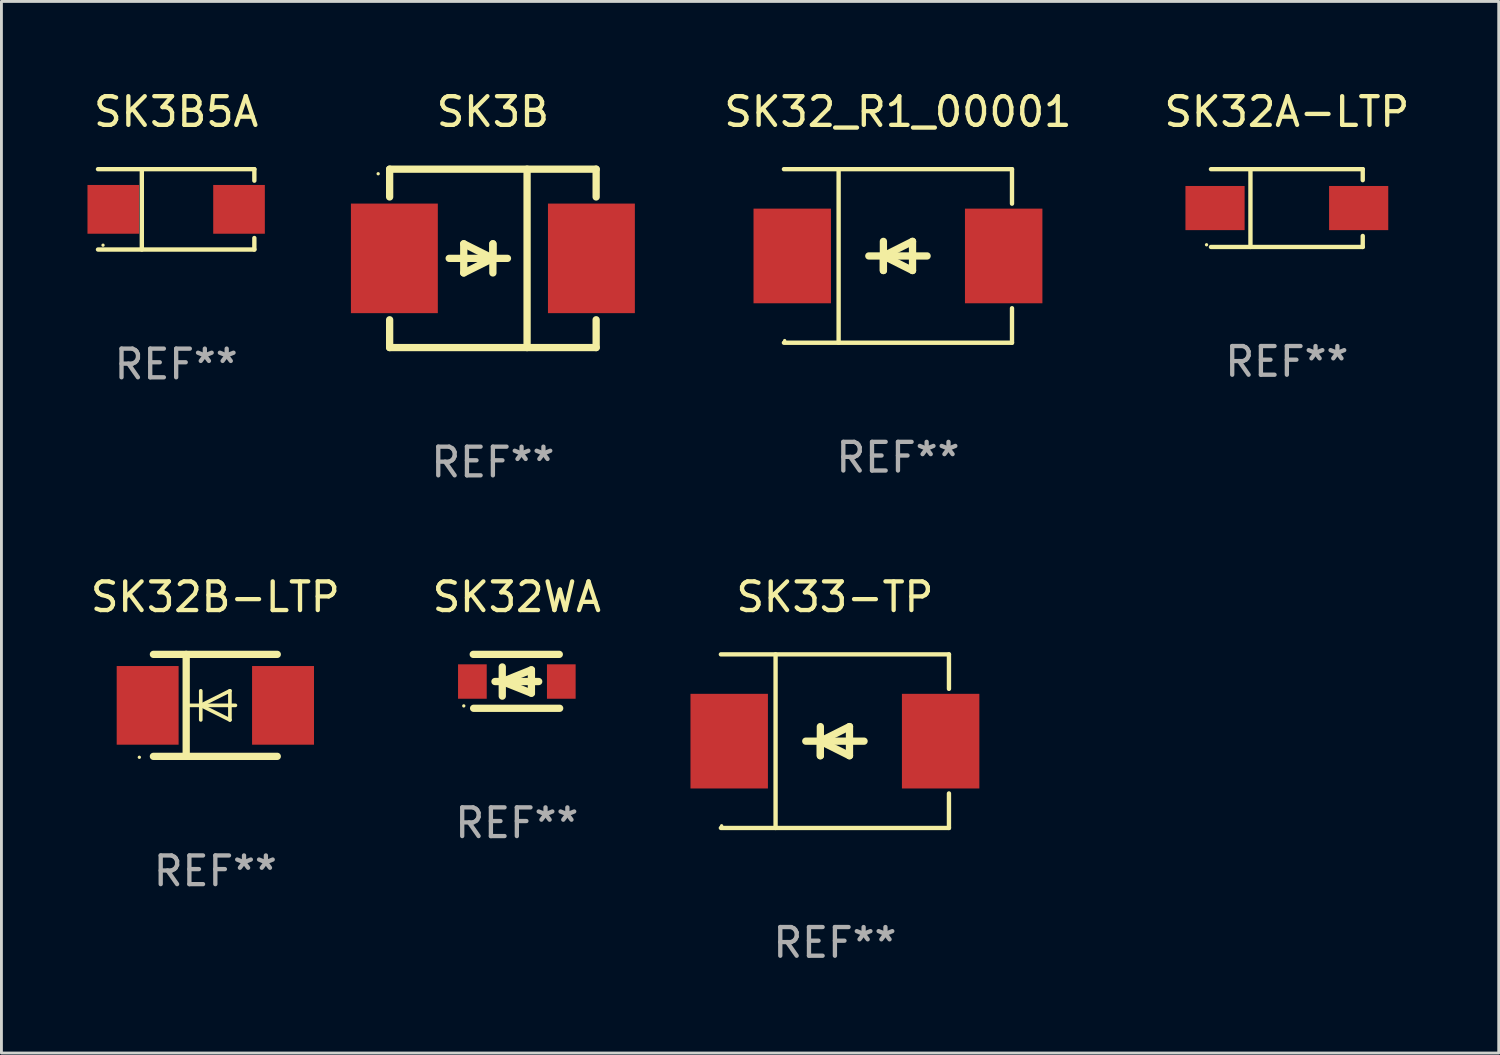
<source format=kicad_pcb>
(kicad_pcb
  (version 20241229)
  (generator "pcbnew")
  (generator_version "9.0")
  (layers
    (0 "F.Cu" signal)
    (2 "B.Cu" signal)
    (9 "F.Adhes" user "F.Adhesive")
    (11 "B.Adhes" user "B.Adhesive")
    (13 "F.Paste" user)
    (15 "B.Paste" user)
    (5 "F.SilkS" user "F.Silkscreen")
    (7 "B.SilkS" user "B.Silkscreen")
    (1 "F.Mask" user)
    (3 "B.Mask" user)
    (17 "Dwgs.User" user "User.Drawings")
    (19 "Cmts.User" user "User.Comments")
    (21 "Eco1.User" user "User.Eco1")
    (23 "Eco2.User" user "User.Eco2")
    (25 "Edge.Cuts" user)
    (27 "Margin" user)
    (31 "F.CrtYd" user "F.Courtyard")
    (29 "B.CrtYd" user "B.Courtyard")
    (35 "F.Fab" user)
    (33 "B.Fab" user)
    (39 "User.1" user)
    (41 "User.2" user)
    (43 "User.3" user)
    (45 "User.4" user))
  (footprint "SK32A-LTP"
    (layer "F.Cu")
    (at 41.817 4.204)
    (property "Reference" "SK32A-LTP" (at 0 -3.356 0) (layer "F.SilkS") (effects (font (size 1 1) (thickness 0.15))))
    (attr through_hole)
    (fp_line (start -2.646 -1.356) (end 2.646 -1.356) (stroke (width 0.152) (type solid)) (layer "F.SilkS"))
    (fp_line (start -2.646 1.356) (end 2.646 1.356) (stroke (width 0.152) (type solid)) (layer "F.SilkS"))
    (fp_line (start -1.269 -1.356) (end -1.269 1.356) (stroke (width 0.152) (type solid)) (layer "F.SilkS"))
    (fp_line (start 2.646 -1.356) (end 2.646 -0.973) (stroke (width 0.152) (type solid)) (layer "F.SilkS"))
    (fp_line (start 2.646 1.356) (end 2.646 0.973) (stroke (width 0.152) (type solid)) (layer "F.SilkS"))
    (fp_circle (center -2.8 1.28) (end -2.77 1.28) (stroke (width 0.06) (type solid)) (fill no) (layer "F.SilkS"))
    (fp_text user "REF**" (at 0 5.356 0) (layer "F.Fab") (effects (font (size 1 1) (thickness 0.15))))
    (pad "1" smd rect (at 2.504 0) (size 2.063 1.539) (layers "F.Cu" "F.Mask" "F.Paste"))
    (pad "2" smd rect (at -2.504 0) (size 2.063 1.539) (layers "F.Cu" "F.Mask" "F.Paste")))
  (footprint "SK3B"
    (layer "F.Cu")
    (at 14.135 5.958)
    (property "Reference" "SK3B" (at 0 -5.11 0) (layer "F.SilkS") (effects (font (size 1 1) (thickness 0.15))))
    (attr through_hole)
    (fp_line (start -3.6 -2.141) (end -3.6 -3.11) (stroke (width 0.254) (type solid)) (layer "F.SilkS"))
    (fp_line (start -3.6 3.11) (end -3.6 2.141) (stroke (width 0.254) (type solid)) (layer "F.SilkS"))
    (fp_line (start -1.524 0) (end 0.508 0) (stroke (width 0.254) (type solid)) (layer "F.SilkS"))
    (fp_line (start -1.016 -0.508) (end -1.016 0.508) (stroke (width 0.254) (type solid)) (layer "F.SilkS"))
    (fp_line (start -1.016 0.508) (end 0 0) (stroke (width 0.254) (type solid)) (layer "F.SilkS"))
    (fp_line (start 0 -0.508) (end 0 0.508) (stroke (width 0.254) (type solid)) (layer "F.SilkS"))
    (fp_line (start 0 0) (end -1.016 -0.508) (stroke (width 0.254) (type solid)) (layer "F.SilkS"))
    (fp_line (start 0 0) (end 0 -0.508) (stroke (width 0.254) (type solid)) (layer "F.SilkS"))
    (fp_line (start 1.192 3.11) (end 1.192 -3.11) (stroke (width 0.254) (type solid)) (layer "F.SilkS"))
    (fp_line (start 3.6 -3.11) (end -3.6 -3.11) (stroke (width 0.254) (type solid)) (layer "F.SilkS"))
    (fp_line (start 3.6 -2.141) (end 3.6 -3.11) (stroke (width 0.254) (type solid)) (layer "F.SilkS"))
    (fp_line (start 3.6 3.11) (end -3.6 3.11) (stroke (width 0.254) (type solid)) (layer "F.SilkS"))
    (fp_line (start 3.6 3.11) (end 3.6 2.141) (stroke (width 0.254) (type solid)) (layer "F.SilkS"))
    (fp_circle (center -4 -2.95) (end -3.97 -2.95) (stroke (width 0.06) (type solid)) (fill no) (layer "F.SilkS"))
    (fp_text user "REF**" (at 0 7.11 0) (layer "F.Fab") (effects (font (size 1 1) (thickness 0.15))))
    (pad "1" smd rect (at -3.435 0) (size 3.03 3.82) (layers "F.Cu" "F.Mask" "F.Paste"))
    (pad "2" smd rect (at 3.435 0) (size 3.03 3.82) (layers "F.Cu" "F.Mask" "F.Paste")))
  (footprint "SK32WA"
    (layer "F.Cu")
    (at 14.97 20.705)
    (property "Reference" "SK32WA" (at 0 -2.94 0) (layer "F.SilkS") (effects (font (size 1 1) (thickness 0.15))))
    (attr through_hole)
    (fp_line (start -1.52 -0.94) (end 1.48 -0.94) (stroke (width 0.254) (type solid)) (layer "F.SilkS"))
    (fp_line (start -1.507 0.94) (end 1.493 0.94) (stroke (width 0.254) (type solid)) (layer "F.SilkS"))
    (fp_line (start -0.762 0.007) (end 0.762 0.007) (stroke (width 0.254) (type solid)) (layer "F.SilkS"))
    (fp_line (start -0.508 -0.501) (end -0.508 0.515) (stroke (width 0.254) (type solid)) (layer "F.SilkS"))
    (fp_line (start -0.508 0.007) (end 0.508 -0.4) (stroke (width 0.254) (type solid)) (layer "F.SilkS"))
    (fp_line (start 0.508 -0.4) (end 0.508 0.413) (stroke (width 0.254) (type solid)) (layer "F.SilkS"))
    (fp_line (start 0.508 0.413) (end -0.508 0.007) (stroke (width 0.254) (type solid)) (layer "F.SilkS"))
    (fp_circle (center -1.85 0.857) (end -1.82 0.857) (stroke (width 0.06) (type solid)) (fill no) (layer "F.SilkS"))
    (fp_text user "REF**" (at 0 4.94 0) (layer "F.Fab") (effects (font (size 1 1) (thickness 0.15))))
    (pad "1" smd rect (at -1.55 0.007) (size 1 1.2) (layers "F.Cu" "F.Mask" "F.Paste"))
    (pad "2" smd rect (at 1.55 0.007) (size 1 1.2) (layers "F.Cu" "F.Mask" "F.Paste")))
  (footprint "SK32B-LTP"
    (layer "F.Cu")
    (at 4.458 21.543)
    (property "Reference" "SK32B-LTP" (at 0 -3.778 0) (layer "F.SilkS") (effects (font (size 1 1) (thickness 0.15))))
    (attr through_hole)
    (fp_line (start -2.159 -1.778) (end 2.159 -1.778) (stroke (width 0.254) (type solid)) (layer "F.SilkS"))
    (fp_line (start -1.016 -1.778) (end -1.016 1.778) (stroke (width 0.254) (type solid)) (layer "F.SilkS"))
    (fp_line (start -0.508 -0.000064) (end 0.508 0.508) (stroke (width 0.127) (type solid)) (layer "F.SilkS"))
    (fp_line (start -0.508 0.508) (end -0.508 -0.508) (stroke (width 0.127) (type solid)) (layer "F.SilkS"))
    (fp_line (start 0.508 -0.508) (end -0.508 -0.000064) (stroke (width 0.127) (type solid)) (layer "F.SilkS"))
    (fp_line (start 0.508 0.508) (end 0.508 -0.508) (stroke (width 0.127) (type solid)) (layer "F.SilkS"))
    (fp_line (start 0.7 -0.000064) (end -1.016 -0.000064) (stroke (width 0.127) (type solid)) (layer "F.SilkS"))
    (fp_line (start 2.159 1.778) (end -2.159 1.778) (stroke (width 0.254) (type solid)) (layer "F.SilkS"))
    (fp_circle (center -2.65 1.81) (end -2.62 1.81) (stroke (width 0.06) (type solid)) (fill no) (layer "F.SilkS"))
    (fp_text user "REF**" (at 0 5.778 0) (layer "F.Fab") (effects (font (size 1 1) (thickness 0.15))))
    (pad "1" smd rect (at -2.36 0.000038) (size 2.159 2.743) (layers "F.Cu" "F.Mask" "F.Paste"))
    (pad "2" smd rect (at 2.36 0.000038) (size 2.159 2.743) (layers "F.Cu" "F.Mask" "F.Paste")))
  (footprint "SK32_R1_00001"
    (layer "F.Cu")
    (at 28.258 5.874)
    (property "Reference" "SK32_R1_00001" (at 0 -5.026 0) (layer "F.SilkS") (effects (font (size 1 1) (thickness 0.15))))
    (attr through_hole)
    (fp_line (start -3.976 -3.026) (end 3.976 -3.026) (stroke (width 0.152) (type solid)) (layer "F.SilkS"))
    (fp_line (start -3.976 3.026) (end 3.976 3.026) (stroke (width 0.152) (type solid)) (layer "F.SilkS"))
    (fp_line (start -2.069 -3.026) (end -2.069 3.026) (stroke (width 0.152) (type solid)) (layer "F.SilkS"))
    (fp_line (start -0.508 0) (end -0.508 0.508) (stroke (width 0.254) (type solid)) (layer "F.SilkS"))
    (fp_line (start -0.508 0) (end 0.508 0.508) (stroke (width 0.254) (type solid)) (layer "F.SilkS"))
    (fp_line (start -0.508 0.508) (end -0.508 -0.508) (stroke (width 0.254) (type solid)) (layer "F.SilkS"))
    (fp_line (start 0.508 -0.508) (end -0.508 0) (stroke (width 0.254) (type solid)) (layer "F.SilkS"))
    (fp_line (start 0.508 0.508) (end 0.508 -0.508) (stroke (width 0.254) (type solid)) (layer "F.SilkS"))
    (fp_line (start 1.016 0) (end -1.016 0) (stroke (width 0.254) (type solid)) (layer "F.SilkS"))
    (fp_line (start 3.976 -3.026) (end 3.976 -1.823) (stroke (width 0.152) (type solid)) (layer "F.SilkS"))
    (fp_line (start 3.976 3.026) (end 3.976 1.823) (stroke (width 0.152) (type solid)) (layer "F.SilkS"))
    (fp_circle (center -3.95 2.95) (end -3.92 2.95) (stroke (width 0.06) (type solid)) (fill no) (layer "F.SilkS"))
    (fp_text user "REF**" (at 0 7.026 0) (layer "F.Fab") (effects (font (size 1 1) (thickness 0.15))))
    (pad "1" smd rect (at -3.686 0) (size 2.7 3.3) (layers "F.Cu" "F.Mask" "F.Paste"))
    (pad "2" smd rect (at 3.686 0) (size 2.7 3.3) (layers "F.Cu" "F.Mask" "F.Paste")))
  (footprint "SK3B5A"
    (layer "F.Cu")
    (at 3.092 4.249)
    (property "Reference" "SK3B5A" (at 0 -3.401 0) (layer "F.SilkS") (effects (font (size 1 1) (thickness 0.15))))
    (attr through_hole)
    (fp_line (start -2.726 -1.401) (end 2.726 -1.401) (stroke (width 0.152) (type solid)) (layer "F.SilkS"))
    (fp_line (start -2.726 1.401) (end 2.726 1.401) (stroke (width 0.152) (type solid)) (layer "F.SilkS"))
    (fp_line (start -1.197 -1.401) (end -1.197 1.401) (stroke (width 0.152) (type solid)) (layer "F.SilkS"))
    (fp_line (start 2.726 -1.401) (end 2.726 -1) (stroke (width 0.152) (type solid)) (layer "F.SilkS"))
    (fp_line (start 2.726 1.401) (end 2.726 1) (stroke (width 0.152) (type solid)) (layer "F.SilkS"))
    (fp_circle (center -2.55 1.25) (end -2.52 1.25) (stroke (width 0.06) (type solid)) (fill no) (layer "F.SilkS"))
    (fp_text user "REF**" (at 0 5.401 0) (layer "F.Fab") (effects (font (size 1 1) (thickness 0.15))))
    (pad "1" smd rect (at -2.192 0) (size 1.8 1.7) (layers "F.Cu" "F.Mask" "F.Paste"))
    (pad "2" smd rect (at 2.192 0) (size 1.8 1.7) (layers "F.Cu" "F.Mask" "F.Paste")))
  (footprint "SK33-TP"
    (layer "F.Cu")
    (at 26.06 22.791)
    (property "Reference" "SK33-TP" (at 0 -5.026 0) (layer "F.SilkS") (effects (font (size 1 1) (thickness 0.15))))
    (attr through_hole)
    (fp_line (start -3.976 -3.026) (end 3.976 -3.026) (stroke (width 0.152) (type solid)) (layer "F.SilkS"))
    (fp_line (start -3.976 3.026) (end 3.976 3.026) (stroke (width 0.152) (type solid)) (layer "F.SilkS"))
    (fp_line (start -2.069 -3.026) (end -2.069 3.026) (stroke (width 0.152) (type solid)) (layer "F.SilkS"))
    (fp_line (start -0.508 0) (end -0.508 0.508) (stroke (width 0.254) (type solid)) (layer "F.SilkS"))
    (fp_line (start -0.508 0) (end 0.508 0.508) (stroke (width 0.254) (type solid)) (layer "F.SilkS"))
    (fp_line (start -0.508 0.508) (end -0.508 -0.508) (stroke (width 0.254) (type solid)) (layer "F.SilkS"))
    (fp_line (start 0.508 -0.508) (end -0.508 0) (stroke (width 0.254) (type solid)) (layer "F.SilkS"))
    (fp_line (start 0.508 0.508) (end 0.508 -0.508) (stroke (width 0.254) (type solid)) (layer "F.SilkS"))
    (fp_line (start 1.016 0) (end -1.016 0) (stroke (width 0.254) (type solid)) (layer "F.SilkS"))
    (fp_line (start 3.976 -3.026) (end 3.976 -1.823) (stroke (width 0.152) (type solid)) (layer "F.SilkS"))
    (fp_line (start 3.976 3.026) (end 3.976 1.823) (stroke (width 0.152) (type solid)) (layer "F.SilkS"))
    (fp_circle (center -3.95 2.95) (end -3.92 2.95) (stroke (width 0.06) (type solid)) (fill no) (layer "F.SilkS"))
    (fp_text user "REF**" (at 0 7.026 0) (layer "F.Fab") (effects (font (size 1 1) (thickness 0.15))))
    (pad "1" smd rect (at -3.686 0) (size 2.7 3.3) (layers "F.Cu" "F.Mask" "F.Paste"))
    (pad "2" smd rect (at 3.686 0) (size 2.7 3.3) (layers "F.Cu" "F.Mask" "F.Paste")))
  (gr_rect
    (start -3 -3)
    (end 49.204 33.665)
    (stroke (width 0.1) (type default))
    (fill no)
    (layer "Edge.Cuts")))
</source>
